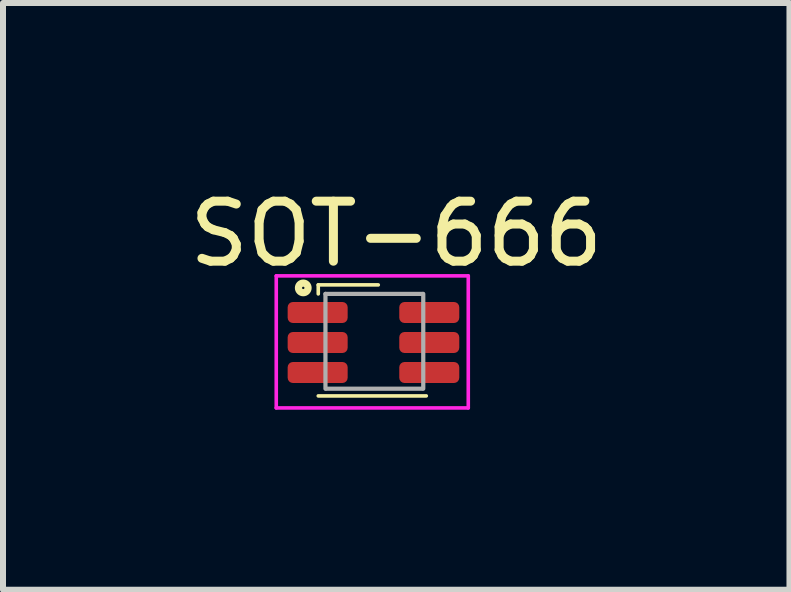
<source format=kicad_pcb>
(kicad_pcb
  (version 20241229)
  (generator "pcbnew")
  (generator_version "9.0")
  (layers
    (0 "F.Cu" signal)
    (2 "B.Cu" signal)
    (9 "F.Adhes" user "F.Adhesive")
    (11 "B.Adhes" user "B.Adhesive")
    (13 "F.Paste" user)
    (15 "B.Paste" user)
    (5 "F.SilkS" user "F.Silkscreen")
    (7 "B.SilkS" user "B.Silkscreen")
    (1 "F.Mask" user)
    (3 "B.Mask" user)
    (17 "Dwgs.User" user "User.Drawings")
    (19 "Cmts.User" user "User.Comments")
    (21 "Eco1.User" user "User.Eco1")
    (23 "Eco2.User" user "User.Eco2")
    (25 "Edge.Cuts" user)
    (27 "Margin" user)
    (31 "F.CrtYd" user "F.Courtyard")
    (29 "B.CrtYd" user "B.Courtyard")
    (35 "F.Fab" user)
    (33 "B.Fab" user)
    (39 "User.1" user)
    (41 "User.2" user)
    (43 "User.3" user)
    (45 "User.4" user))
  (footprint "SOT-666"
    (layer "F.Cu")
    (at 3.154 2.648)
    (property "Reference" "SOT-666" (at 0.4 -1.8 0) (layer "F.SilkS") (effects (font (size 1 1) (thickness 0.15))))
    (attr through_hole)
    (fp_line (start -0.9 -0.95) (end 0.1 -0.95) (stroke (width 0.06) (type solid)) (layer "F.SilkS"))
    (fp_line (start -0.9 -0.8) (end -0.9 -0.95) (stroke (width 0.06) (type solid)) (layer "F.SilkS"))
    (fp_line (start -0.9 0.9) (end 0.9 0.9) (stroke (width 0.06) (type solid)) (layer "F.SilkS"))
    (fp_circle (center -1.15 -0.9) (end -1.13 -0.9) (stroke (width 0.12) (type solid)) (fill no) (layer "F.SilkS"))
    (fp_line (start -1.6 -1.1) (end -1.6 1.1) (stroke (width 0.06) (type solid)) (layer "F.CrtYd"))
    (fp_line (start -1.6 1.1) (end 1.6 1.1) (stroke (width 0.06) (type solid)) (layer "F.CrtYd"))
    (fp_line (start 1.6 -1.1) (end -1.6 -1.1) (stroke (width 0.06) (type solid)) (layer "F.CrtYd"))
    (fp_line (start 1.6 1.1) (end 1.6 -1.1) (stroke (width 0.06) (type solid)) (layer "F.CrtYd"))
    (fp_line (start -0.78 -0.8) (end -0.78 0.78) (stroke (width 0.07) (type solid)) (layer "F.Fab"))
    (fp_line (start -0.78 -0.8) (end 0.84 -0.8) (stroke (width 0.07) (type solid)) (layer "F.Fab"))
    (fp_line (start -0.77 0.78) (end 0.83 0.78) (stroke (width 0.07) (type solid)) (layer "F.Fab"))
    (fp_line (start 0.85 -0.8) (end 0.85 0.78) (stroke (width 0.07) (type solid)) (layer "F.Fab"))
    (pad "1" smd roundrect (at -0.91 -0.49 90) (size 0.35 1) (layers "F.Cu" "F.Mask" "F.Paste") (roundrect_rratio 0.25))
    (pad "2" smd roundrect (at -0.91 0.01 90) (size 0.35 1) (layers "F.Cu" "F.Mask" "F.Paste") (roundrect_rratio 0.25))
    (pad "3" smd roundrect (at -0.91 0.51 90) (size 0.35 1) (layers "F.Cu" "F.Mask" "F.Paste") (roundrect_rratio 0.25))
    (pad "4" smd roundrect (at 0.95 0.51 90) (size 0.35 1) (layers "F.Cu" "F.Mask" "F.Paste") (roundrect_rratio 0.25))
    (pad "5" smd roundrect (at 0.95 0.01 90) (size 0.35 1) (layers "F.Cu" "F.Mask" "F.Paste") (roundrect_rratio 0.25))
    (pad "6" smd roundrect (at 0.95 -0.49 90) (size 0.35 1) (layers "F.Cu" "F.Mask" "F.Paste") (roundrect_rratio 0.25)))
  (gr_rect
    (start -3 -3)
    (end 10.107 6.778)
    (stroke (width 0.1) (type default))
    (fill no)
    (layer "Edge.Cuts")))
</source>
